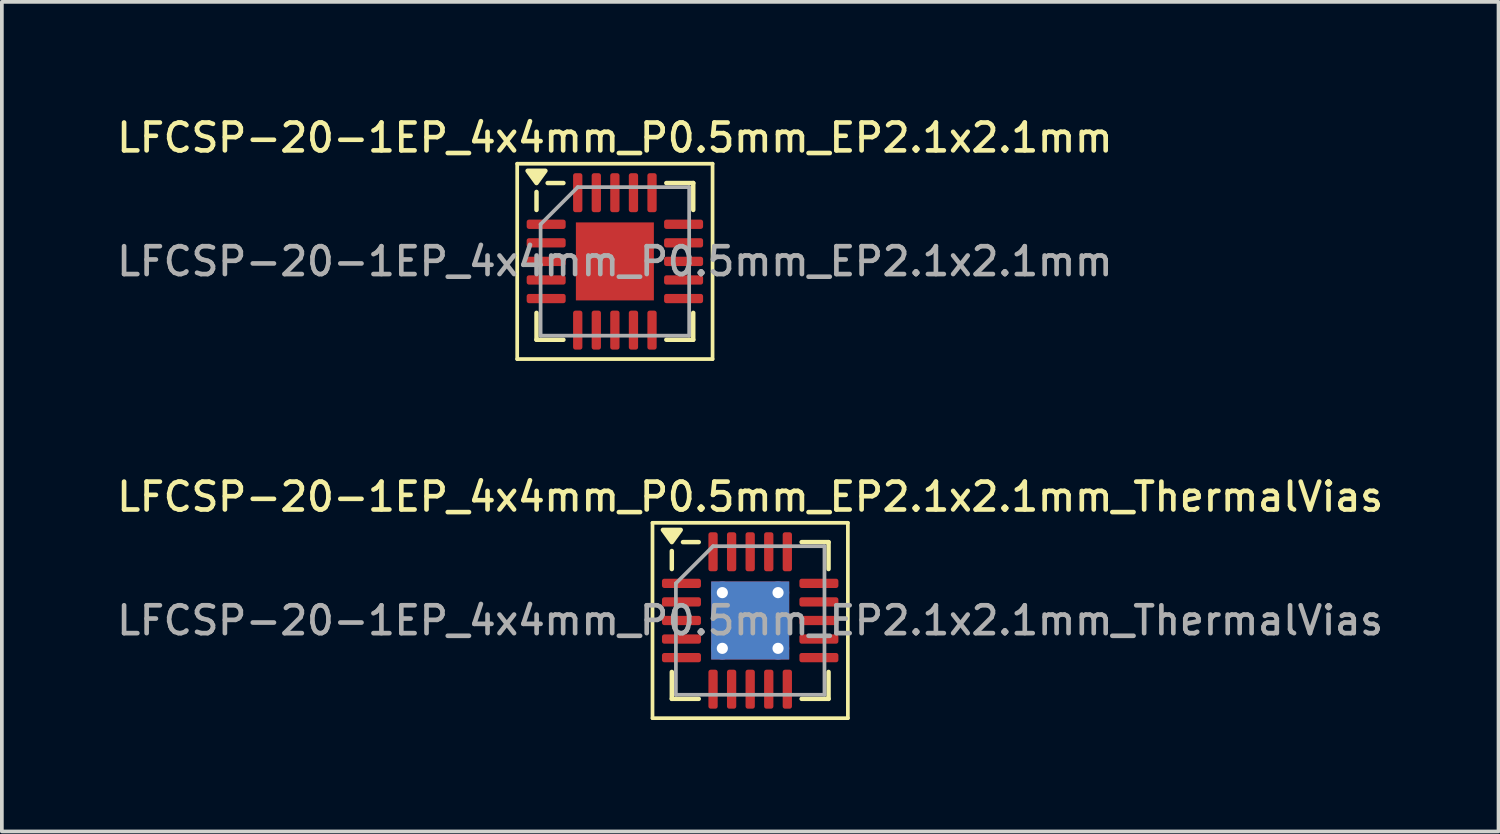
<source format=kicad_pcb>
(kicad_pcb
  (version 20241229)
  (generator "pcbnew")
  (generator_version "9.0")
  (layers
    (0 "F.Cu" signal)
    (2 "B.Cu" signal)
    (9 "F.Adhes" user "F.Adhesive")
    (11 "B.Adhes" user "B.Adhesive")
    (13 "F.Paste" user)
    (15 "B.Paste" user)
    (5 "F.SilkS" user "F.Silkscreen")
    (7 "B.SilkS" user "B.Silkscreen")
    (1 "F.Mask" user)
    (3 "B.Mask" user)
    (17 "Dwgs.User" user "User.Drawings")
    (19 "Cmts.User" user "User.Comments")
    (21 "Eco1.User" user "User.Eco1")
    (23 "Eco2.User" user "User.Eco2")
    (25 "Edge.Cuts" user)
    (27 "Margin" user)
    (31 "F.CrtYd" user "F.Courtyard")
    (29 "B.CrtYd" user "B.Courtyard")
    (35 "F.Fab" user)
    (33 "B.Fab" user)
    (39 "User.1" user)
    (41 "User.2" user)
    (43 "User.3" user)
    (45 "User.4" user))
  (footprint "LFCSP-20-1EP_4x4mm_P0.5mm_EP2.1x2.1mm_ThermalVias"
    (layer "F.Cu")
    (at 17.148 13.656)
    (property "Reference" "LFCSP-20-1EP_4x4mm_P0.5mm_EP2.1x2.1mm_ThermalVias" (at 0 -3.33 0) (layer "F.SilkS") (effects (font (size 0.75 0.75) (thickness 0.125))))
    (attr smd)
    (fp_line (start -2.63 -2.63) (end -2.63 2.63) (stroke (width 0.1) (type solid)) (layer "F.SilkS"))
    (fp_line (start -2.63 2.63) (end 2.63 2.63) (stroke (width 0.1) (type solid)) (layer "F.SilkS"))
    (fp_line (start -2.11 -1.385) (end -2.11 -1.87) (stroke (width 0.12) (type solid)) (layer "F.SilkS"))
    (fp_line (start -2.11 2.11) (end -2.11 1.385) (stroke (width 0.12) (type solid)) (layer "F.SilkS"))
    (fp_line (start -1.385 -2.11) (end -1.81 -2.11) (stroke (width 0.12) (type solid)) (layer "F.SilkS"))
    (fp_line (start -1.385 2.11) (end -2.11 2.11) (stroke (width 0.12) (type solid)) (layer "F.SilkS"))
    (fp_line (start 1.385 -2.11) (end 2.11 -2.11) (stroke (width 0.12) (type solid)) (layer "F.SilkS"))
    (fp_line (start 1.385 2.11) (end 2.11 2.11) (stroke (width 0.12) (type solid)) (layer "F.SilkS"))
    (fp_line (start 2.11 -2.11) (end 2.11 -1.385) (stroke (width 0.12) (type solid)) (layer "F.SilkS"))
    (fp_line (start 2.11 2.11) (end 2.11 1.385) (stroke (width 0.12) (type solid)) (layer "F.SilkS"))
    (fp_line (start 2.63 -2.63) (end -2.63 -2.63) (stroke (width 0.1) (type solid)) (layer "F.SilkS"))
    (fp_line (start 2.63 2.63) (end 2.63 -2.63) (stroke (width 0.1) (type solid)) (layer "F.SilkS"))
    (fp_poly (pts (xy -2.11 -2.11) (xy -2.35 -2.44) (xy -1.87 -2.44) (xy -2.11 -2.11)) (stroke (width 0.12) (type solid)) (fill yes) (layer "F.SilkS"))
    (fp_line (start -2 -1) (end -1 -2) (stroke (width 0.1) (type solid)) (layer "F.Fab"))
    (fp_line (start -2 2) (end -2 -1) (stroke (width 0.1) (type solid)) (layer "F.Fab"))
    (fp_line (start -1 -2) (end 2 -2) (stroke (width 0.1) (type solid)) (layer "F.Fab"))
    (fp_line (start 2 -2) (end 2 2) (stroke (width 0.1) (type solid)) (layer "F.Fab"))
    (fp_line (start 2 2) (end -2 2) (stroke (width 0.1) (type solid)) (layer "F.Fab"))
    (fp_text user "${REFERENCE}" (at 0 0 0) (layer "F.Fab") (effects (font (size 0.75 0.75) (thickness 0.125))))
    (pad "" smd roundrect (at 0 0) (size 1.76 1.76) (layers "F.Paste") (roundrect_rratio 0.142))
    (pad "1" smd roundrect (at -1.85 -1) (size 1.05 0.25) (layers "F.Cu" "F.Mask" "F.Paste") (roundrect_rratio 0.25))
    (pad "2" smd roundrect (at -1.85 -0.5) (size 1.05 0.25) (layers "F.Cu" "F.Mask" "F.Paste") (roundrect_rratio 0.25))
    (pad "3" smd roundrect (at -1.85 0) (size 1.05 0.25) (layers "F.Cu" "F.Mask" "F.Paste") (roundrect_rratio 0.25))
    (pad "4" smd roundrect (at -1.85 0.5) (size 1.05 0.25) (layers "F.Cu" "F.Mask" "F.Paste") (roundrect_rratio 0.25))
    (pad "5" smd roundrect (at -1.85 1) (size 1.05 0.25) (layers "F.Cu" "F.Mask" "F.Paste") (roundrect_rratio 0.25))
    (pad "6" smd roundrect (at -1 1.85) (size 0.25 1.05) (layers "F.Cu" "F.Mask" "F.Paste") (roundrect_rratio 0.25))
    (pad "7" smd roundrect (at -0.5 1.85) (size 0.25 1.05) (layers "F.Cu" "F.Mask" "F.Paste") (roundrect_rratio 0.25))
    (pad "8" smd roundrect (at 0 1.85) (size 0.25 1.05) (layers "F.Cu" "F.Mask" "F.Paste") (roundrect_rratio 0.25))
    (pad "9" smd roundrect (at 0.5 1.85) (size 0.25 1.05) (layers "F.Cu" "F.Mask" "F.Paste") (roundrect_rratio 0.25))
    (pad "10" smd roundrect (at 1 1.85) (size 0.25 1.05) (layers "F.Cu" "F.Mask" "F.Paste") (roundrect_rratio 0.25))
    (pad "11" smd roundrect (at 1.85 1) (size 1.05 0.25) (layers "F.Cu" "F.Mask" "F.Paste") (roundrect_rratio 0.25))
    (pad "12" smd roundrect (at 1.85 0.5) (size 1.05 0.25) (layers "F.Cu" "F.Mask" "F.Paste") (roundrect_rratio 0.25))
    (pad "13" smd roundrect (at 1.85 0) (size 1.05 0.25) (layers "F.Cu" "F.Mask" "F.Paste") (roundrect_rratio 0.25))
    (pad "14" smd roundrect (at 1.85 -0.5) (size 1.05 0.25) (layers "F.Cu" "F.Mask" "F.Paste") (roundrect_rratio 0.25))
    (pad "15" smd roundrect (at 1.85 -1) (size 1.05 0.25) (layers "F.Cu" "F.Mask" "F.Paste") (roundrect_rratio 0.25))
    (pad "16" smd roundrect (at 1 -1.85) (size 0.25 1.05) (layers "F.Cu" "F.Mask" "F.Paste") (roundrect_rratio 0.25))
    (pad "17" smd roundrect (at 0.5 -1.85) (size 0.25 1.05) (layers "F.Cu" "F.Mask" "F.Paste") (roundrect_rratio 0.25))
    (pad "18" smd roundrect (at 0 -1.85) (size 0.25 1.05) (layers "F.Cu" "F.Mask" "F.Paste") (roundrect_rratio 0.25))
    (pad "19" smd roundrect (at -0.5 -1.85) (size 0.25 1.05) (layers "F.Cu" "F.Mask" "F.Paste") (roundrect_rratio 0.25))
    (pad "20" smd roundrect (at -1 -1.85) (size 0.25 1.05) (layers "F.Cu" "F.Mask" "F.Paste") (roundrect_rratio 0.25))
    (pad "21" thru_hole circle (at -0.75 -0.75) (size 0.6 0.6) (drill 0.3) (property pad_prop_heatsink) (layers "*.Cu"))
    (pad "21" thru_hole circle (at -0.75 0.75) (size 0.6 0.6) (drill 0.3) (property pad_prop_heatsink) (layers "*.Cu"))
    (pad "21" smd rect (at 0 0) (size 2.1 2.1) (property pad_prop_heatsink) (layers "F.Cu" "F.Mask"))
    (pad "21" smd rect (at 0 0) (size 2.1 2.1) (property pad_prop_heatsink) (layers "B.Cu"))
    (pad "21" thru_hole circle (at 0.75 -0.75) (size 0.6 0.6) (drill 0.3) (property pad_prop_heatsink) (layers "*.Cu"))
    (pad "21" thru_hole circle (at 0.75 0.75) (size 0.6 0.6) (drill 0.3) (property pad_prop_heatsink) (layers "*.Cu")))
  (footprint "LFCSP-20-1EP_4x4mm_P0.5mm_EP2.1x2.1mm"
    (layer "F.Cu")
    (at 13.505 3.988)
    (property "Reference" "LFCSP-20-1EP_4x4mm_P0.5mm_EP2.1x2.1mm" (at 0 -3.33 0) (layer "F.SilkS") (effects (font (size 0.75 0.75) (thickness 0.125))))
    (attr smd)
    (fp_line (start -2.63 -2.63) (end -2.63 2.63) (stroke (width 0.1) (type solid)) (layer "F.SilkS"))
    (fp_line (start -2.63 2.63) (end 2.63 2.63) (stroke (width 0.1) (type solid)) (layer "F.SilkS"))
    (fp_line (start -2.11 -1.385) (end -2.11 -1.87) (stroke (width 0.12) (type solid)) (layer "F.SilkS"))
    (fp_line (start -2.11 2.11) (end -2.11 1.385) (stroke (width 0.12) (type solid)) (layer "F.SilkS"))
    (fp_line (start -1.385 -2.11) (end -1.81 -2.11) (stroke (width 0.12) (type solid)) (layer "F.SilkS"))
    (fp_line (start -1.385 2.11) (end -2.11 2.11) (stroke (width 0.12) (type solid)) (layer "F.SilkS"))
    (fp_line (start 1.385 -2.11) (end 2.11 -2.11) (stroke (width 0.12) (type solid)) (layer "F.SilkS"))
    (fp_line (start 1.385 2.11) (end 2.11 2.11) (stroke (width 0.12) (type solid)) (layer "F.SilkS"))
    (fp_line (start 2.11 -2.11) (end 2.11 -1.385) (stroke (width 0.12) (type solid)) (layer "F.SilkS"))
    (fp_line (start 2.11 2.11) (end 2.11 1.385) (stroke (width 0.12) (type solid)) (layer "F.SilkS"))
    (fp_line (start 2.63 -2.63) (end -2.63 -2.63) (stroke (width 0.1) (type solid)) (layer "F.SilkS"))
    (fp_line (start 2.63 2.63) (end 2.63 -2.63) (stroke (width 0.1) (type solid)) (layer "F.SilkS"))
    (fp_poly (pts (xy -2.11 -2.11) (xy -2.35 -2.44) (xy -1.87 -2.44) (xy -2.11 -2.11)) (stroke (width 0.12) (type solid)) (fill yes) (layer "F.SilkS"))
    (fp_line (start -2 -1) (end -1 -2) (stroke (width 0.1) (type solid)) (layer "F.Fab"))
    (fp_line (start -2 2) (end -2 -1) (stroke (width 0.1) (type solid)) (layer "F.Fab"))
    (fp_line (start -1 -2) (end 2 -2) (stroke (width 0.1) (type solid)) (layer "F.Fab"))
    (fp_line (start 2 -2) (end 2 2) (stroke (width 0.1) (type solid)) (layer "F.Fab"))
    (fp_line (start 2 2) (end -2 2) (stroke (width 0.1) (type solid)) (layer "F.Fab"))
    (fp_text user "${REFERENCE}" (at 0 0 0) (layer "F.Fab") (effects (font (size 0.75 0.75) (thickness 0.125))))
    (pad "" smd roundrect (at -0.525 -0.525) (size 0.85 0.85) (layers "F.Paste") (roundrect_rratio 0.25))
    (pad "" smd roundrect (at -0.525 0.525) (size 0.85 0.85) (layers "F.Paste") (roundrect_rratio 0.25))
    (pad "" smd roundrect (at 0.525 -0.525) (size 0.85 0.85) (layers "F.Paste") (roundrect_rratio 0.25))
    (pad "" smd roundrect (at 0.525 0.525) (size 0.85 0.85) (layers "F.Paste") (roundrect_rratio 0.25))
    (pad "1" smd roundrect (at -1.85 -1) (size 1.05 0.25) (layers "F.Cu" "F.Mask" "F.Paste") (roundrect_rratio 0.25))
    (pad "2" smd roundrect (at -1.85 -0.5) (size 1.05 0.25) (layers "F.Cu" "F.Mask" "F.Paste") (roundrect_rratio 0.25))
    (pad "3" smd roundrect (at -1.85 0) (size 1.05 0.25) (layers "F.Cu" "F.Mask" "F.Paste") (roundrect_rratio 0.25))
    (pad "4" smd roundrect (at -1.85 0.5) (size 1.05 0.25) (layers "F.Cu" "F.Mask" "F.Paste") (roundrect_rratio 0.25))
    (pad "5" smd roundrect (at -1.85 1) (size 1.05 0.25) (layers "F.Cu" "F.Mask" "F.Paste") (roundrect_rratio 0.25))
    (pad "6" smd roundrect (at -1 1.85) (size 0.25 1.05) (layers "F.Cu" "F.Mask" "F.Paste") (roundrect_rratio 0.25))
    (pad "7" smd roundrect (at -0.5 1.85) (size 0.25 1.05) (layers "F.Cu" "F.Mask" "F.Paste") (roundrect_rratio 0.25))
    (pad "8" smd roundrect (at 0 1.85) (size 0.25 1.05) (layers "F.Cu" "F.Mask" "F.Paste") (roundrect_rratio 0.25))
    (pad "9" smd roundrect (at 0.5 1.85) (size 0.25 1.05) (layers "F.Cu" "F.Mask" "F.Paste") (roundrect_rratio 0.25))
    (pad "10" smd roundrect (at 1 1.85) (size 0.25 1.05) (layers "F.Cu" "F.Mask" "F.Paste") (roundrect_rratio 0.25))
    (pad "11" smd roundrect (at 1.85 1) (size 1.05 0.25) (layers "F.Cu" "F.Mask" "F.Paste") (roundrect_rratio 0.25))
    (pad "12" smd roundrect (at 1.85 0.5) (size 1.05 0.25) (layers "F.Cu" "F.Mask" "F.Paste") (roundrect_rratio 0.25))
    (pad "13" smd roundrect (at 1.85 0) (size 1.05 0.25) (layers "F.Cu" "F.Mask" "F.Paste") (roundrect_rratio 0.25))
    (pad "14" smd roundrect (at 1.85 -0.5) (size 1.05 0.25) (layers "F.Cu" "F.Mask" "F.Paste") (roundrect_rratio 0.25))
    (pad "15" smd roundrect (at 1.85 -1) (size 1.05 0.25) (layers "F.Cu" "F.Mask" "F.Paste") (roundrect_rratio 0.25))
    (pad "16" smd roundrect (at 1 -1.85) (size 0.25 1.05) (layers "F.Cu" "F.Mask" "F.Paste") (roundrect_rratio 0.25))
    (pad "17" smd roundrect (at 0.5 -1.85) (size 0.25 1.05) (layers "F.Cu" "F.Mask" "F.Paste") (roundrect_rratio 0.25))
    (pad "18" smd roundrect (at 0 -1.85) (size 0.25 1.05) (layers "F.Cu" "F.Mask" "F.Paste") (roundrect_rratio 0.25))
    (pad "19" smd roundrect (at -0.5 -1.85) (size 0.25 1.05) (layers "F.Cu" "F.Mask" "F.Paste") (roundrect_rratio 0.25))
    (pad "20" smd roundrect (at -1 -1.85) (size 0.25 1.05) (layers "F.Cu" "F.Mask" "F.Paste") (roundrect_rratio 0.25))
    (pad "21" smd rect (at 0 0) (size 2.1 2.1) (property pad_prop_heatsink) (layers "F.Cu" "F.Mask")))
  (gr_rect
    (start -3 -3)
    (end 37.296 19.336)
    (stroke (width 0.1) (type default))
    (fill no)
    (layer "Edge.Cuts")))
</source>
